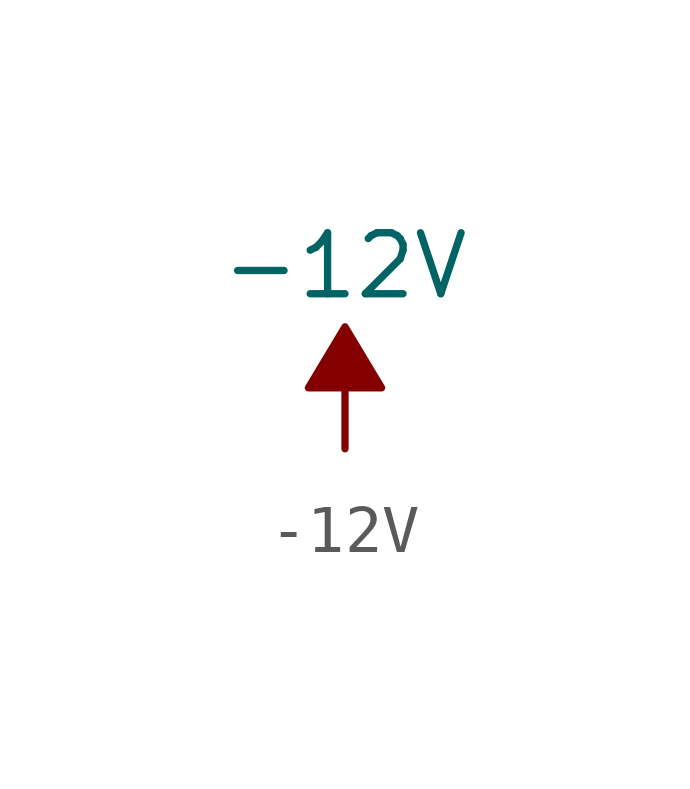
<source format=kicad_sym>
(kicad_symbol_lib
  (version 20231120)
  (generator "kicad_symbol_editor")
  (generator_version "8.0")
  (symbol "-12V"
    (power)
    (pin_numbers hide)
    (pin_names
      (offset 0) hide)
    (property "Reference" "#PWR"
      (at 0 2.54 0)
      (effects (font (size 1.27 1.27)) (hide yes)))
    (property "Value" "-12V"
      (at 0 3.81 0)
      (effects (font (size 1.27 1.27))))
    (symbol "-12V_0_0"
      (pin power_in line (at 0 0 90) (length 0) hide (name "-12V" (effects (font (size 1.27 1.27)))) (number "1" (effects (font (size 1.27 1.27))))))
    (symbol "-12V_0_1"
      (polyline (pts (xy 0 0) (xy 0 1.27) (xy 0.762 1.27) (xy 0 2.54) (xy -0.762 1.27) (xy 0 1.27)) (stroke (width 0) (type default)) (fill (type outline))))))
</source>
